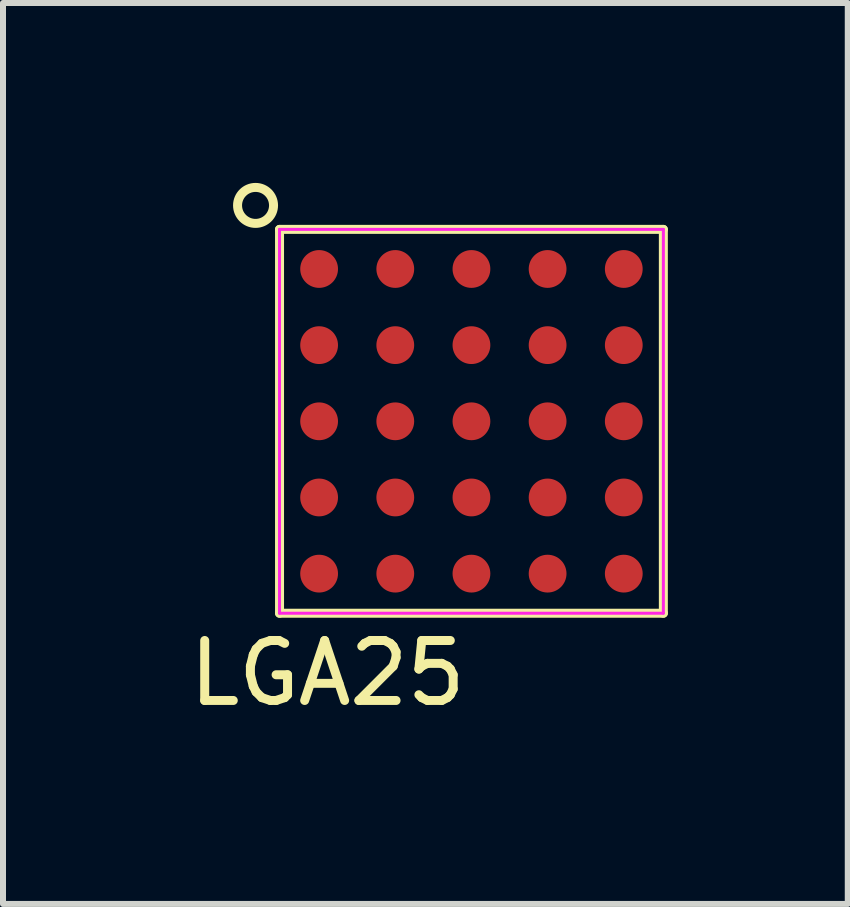
<source format=kicad_pcb>
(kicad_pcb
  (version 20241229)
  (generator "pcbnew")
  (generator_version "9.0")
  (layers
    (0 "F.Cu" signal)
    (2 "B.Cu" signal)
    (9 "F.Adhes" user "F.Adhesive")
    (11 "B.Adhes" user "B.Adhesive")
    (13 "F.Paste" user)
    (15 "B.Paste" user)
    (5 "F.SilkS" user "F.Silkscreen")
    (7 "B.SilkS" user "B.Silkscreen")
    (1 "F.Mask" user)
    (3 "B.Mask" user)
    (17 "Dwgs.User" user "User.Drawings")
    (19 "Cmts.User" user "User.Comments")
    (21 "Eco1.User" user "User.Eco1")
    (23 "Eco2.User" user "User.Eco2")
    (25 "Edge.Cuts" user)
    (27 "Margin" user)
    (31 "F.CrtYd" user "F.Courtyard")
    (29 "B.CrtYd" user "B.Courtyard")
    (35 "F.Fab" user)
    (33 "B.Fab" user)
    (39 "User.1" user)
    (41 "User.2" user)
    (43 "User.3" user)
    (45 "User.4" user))
  (footprint "LGA25"
    (layer "F.Cu")
    (at 4.811 3.975)
    (property "Reference" "LGA25" (at -2.4 4.2 0) (layer "F.SilkS") (effects (font (size 1 1) (thickness 0.15))))
    (attr smd)
    (fp_line (start -3.2 -3.2) (end -3.2 3.2) (stroke (width 0.15) (type solid)) (layer "F.SilkS"))
    (fp_line (start -3.2 -3.2) (end 3.2 -3.2) (stroke (width 0.15) (type solid)) (layer "F.SilkS"))
    (fp_line (start -3.2 3.2) (end 3.2 3.2) (stroke (width 0.15) (type solid)) (layer "F.SilkS"))
    (fp_line (start 3.2 -3.2) (end 3.2 3.2) (stroke (width 0.15) (type solid)) (layer "F.SilkS"))
    (fp_circle (center -3.6 -3.6) (end -3.6 -3.9) (stroke (width 0.15) (type solid)) (fill no) (layer "F.SilkS"))
    (fp_line (start -3.2 -3.2) (end -3.2 3.2) (stroke (width 0.05) (type solid)) (layer "F.CrtYd"))
    (fp_line (start -3.2 -3.2) (end 3.2 -3.2) (stroke (width 0.05) (type solid)) (layer "F.CrtYd"))
    (fp_line (start -3.2 3.2) (end 3.2 3.2) (stroke (width 0.05) (type solid)) (layer "F.CrtYd"))
    (fp_line (start 3.2 -3.2) (end 3.2 3.2) (stroke (width 0.05) (type solid)) (layer "F.CrtYd"))
    (pad "A1" smd circle (at -2.54 -2.54) (size 0.63 0.63) (layers "F.Cu" "F.Mask" "F.Paste"))
    (pad "A2" smd circle (at -1.27 -2.54) (size 0.63 0.63) (layers "F.Cu" "F.Mask" "F.Paste"))
    (pad "A3" smd circle (at 0 -2.54) (size 0.63 0.63) (layers "F.Cu" "F.Mask" "F.Paste"))
    (pad "A4" smd circle (at 1.27 -2.54) (size 0.63 0.63) (layers "F.Cu" "F.Mask" "F.Paste"))
    (pad "A5" smd circle (at 2.54 -2.54) (size 0.63 0.63) (layers "F.Cu" "F.Mask" "F.Paste"))
    (pad "B1" smd circle (at -2.54 -1.27) (size 0.63 0.63) (layers "F.Cu" "F.Mask" "F.Paste"))
    (pad "B2" smd circle (at -1.27 -1.27) (size 0.63 0.63) (layers "F.Cu" "F.Mask" "F.Paste"))
    (pad "B3" smd circle (at 0 -1.27) (size 0.63 0.63) (layers "F.Cu" "F.Mask" "F.Paste"))
    (pad "B4" smd circle (at 1.27 -1.27) (size 0.63 0.63) (layers "F.Cu" "F.Mask" "F.Paste"))
    (pad "B5" smd circle (at 2.54 -1.27) (size 0.63 0.63) (layers "F.Cu" "F.Mask" "F.Paste"))
    (pad "C1" smd circle (at -2.54 0) (size 0.63 0.63) (layers "F.Cu" "F.Mask" "F.Paste"))
    (pad "C2" smd circle (at -1.27 0) (size 0.63 0.63) (layers "F.Cu" "F.Mask" "F.Paste"))
    (pad "C3" smd circle (at 0 0) (size 0.63 0.63) (layers "F.Cu" "F.Mask" "F.Paste"))
    (pad "C4" smd circle (at 1.27 0) (size 0.63 0.63) (layers "F.Cu" "F.Mask" "F.Paste"))
    (pad "C5" smd circle (at 2.54 0) (size 0.63 0.63) (layers "F.Cu" "F.Mask" "F.Paste"))
    (pad "D1" smd circle (at -2.54 1.27) (size 0.63 0.63) (layers "F.Cu" "F.Mask" "F.Paste"))
    (pad "D2" smd circle (at -1.27 1.27) (size 0.63 0.63) (layers "F.Cu" "F.Mask" "F.Paste"))
    (pad "D3" smd circle (at 0 1.27) (size 0.63 0.63) (layers "F.Cu" "F.Mask" "F.Paste"))
    (pad "D4" smd circle (at 1.27 1.27) (size 0.63 0.63) (layers "F.Cu" "F.Mask" "F.Paste"))
    (pad "D5" smd circle (at 2.54 1.27) (size 0.63 0.63) (layers "F.Cu" "F.Mask" "F.Paste"))
    (pad "E1" smd circle (at -2.54 2.54) (size 0.63 0.63) (layers "F.Cu" "F.Mask" "F.Paste"))
    (pad "E2" smd circle (at -1.27 2.54) (size 0.63 0.63) (layers "F.Cu" "F.Mask" "F.Paste"))
    (pad "E3" smd circle (at 0 2.54) (size 0.63 0.63) (layers "F.Cu" "F.Mask" "F.Paste"))
    (pad "E4" smd circle (at 1.27 2.54) (size 0.63 0.63) (layers "F.Cu" "F.Mask" "F.Paste"))
    (pad "E5" smd circle (at 2.54 2.54) (size 0.63 0.63) (layers "F.Cu" "F.Mask" "F.Paste")))
  (gr_rect
    (start -3 -3)
    (end 11.086 12.023)
    (stroke (width 0.1) (type default))
    (fill no)
    (layer "Edge.Cuts")))
</source>
